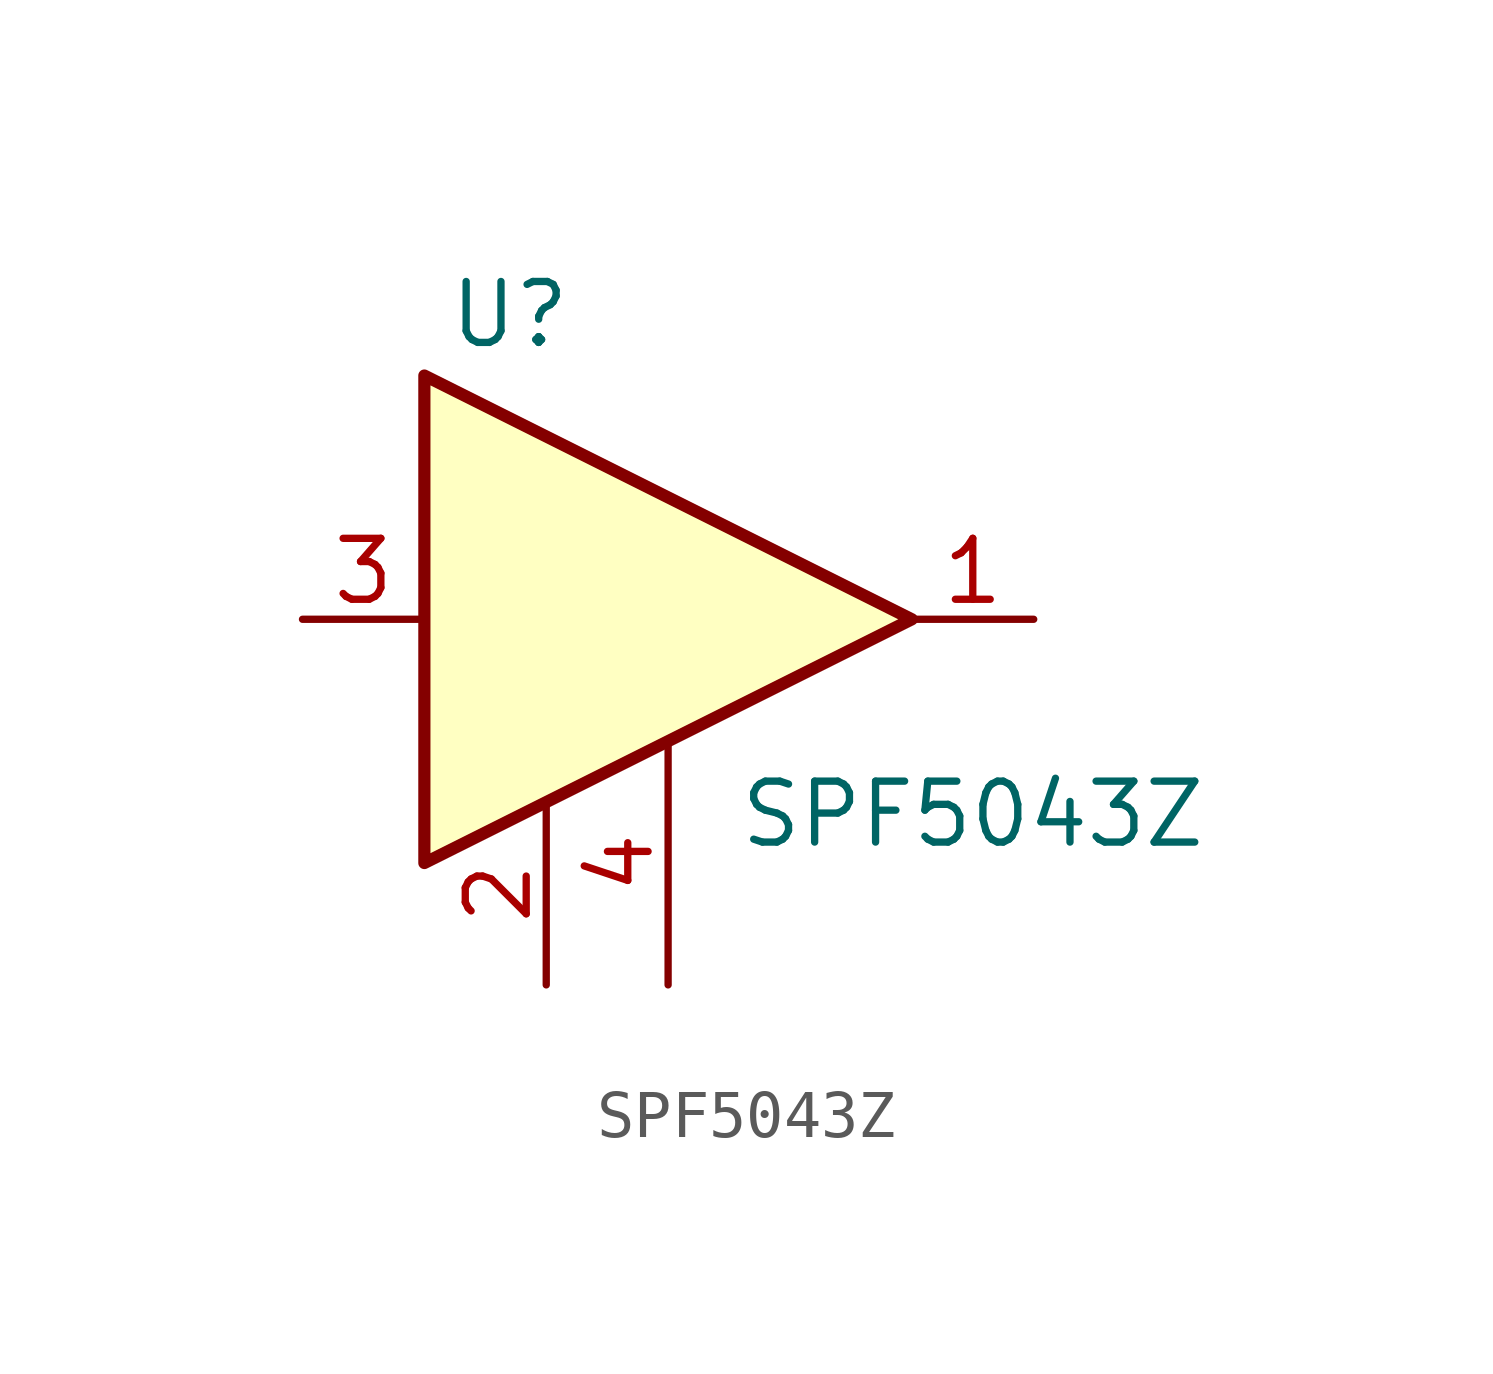
<source format=kicad_sym>
(kicad_symbol_lib
  (version 20231120)
  (generator "kicad_symbol_editor")
  (generator_version "8.0")
  (symbol "SPF5043Z"
    (property "Reference" "U"
      (at -2.032 6.35 0)
      (effects (font (size 1.27 1.27))))
    (property "Value" "SPF5043Z"
      (at 7.62 -4.064 0)
      (effects (font (size 1.27 1.27))))
    (symbol "SPF5043Z_0_1"
      (polyline (pts (xy 6.35 0) (xy -3.81 5.08) (xy -3.81 -5.08) (xy 6.35 0)) (stroke (width 0.254) (type default)) (fill (type background))))
    (symbol "SPF5043Z_1_1"
      (pin output line (at 8.89 0 180) (length 2.54) (name "" (effects (font (size 1.27 1.27)))) (number "1" (effects (font (size 1.27 1.27)))))
      (pin power_in line (at -1.27 -7.62 90) (length 3.81) (name "" (effects (font (size 1.27 1.27)))) (number "2" (effects (font (size 1.27 1.27)))))
      (pin input line (at -6.35 0 0) (length 2.54) (name "" (effects (font (size 1.27 1.27)))) (number "3" (effects (font (size 1.27 1.27)))))
      (pin power_in line (at 1.27 -7.62 90) (length 5.08) (name "" (effects (font (size 1.27 1.27)))) (number "4" (effects (font (size 1.27 1.27))))))))
</source>
